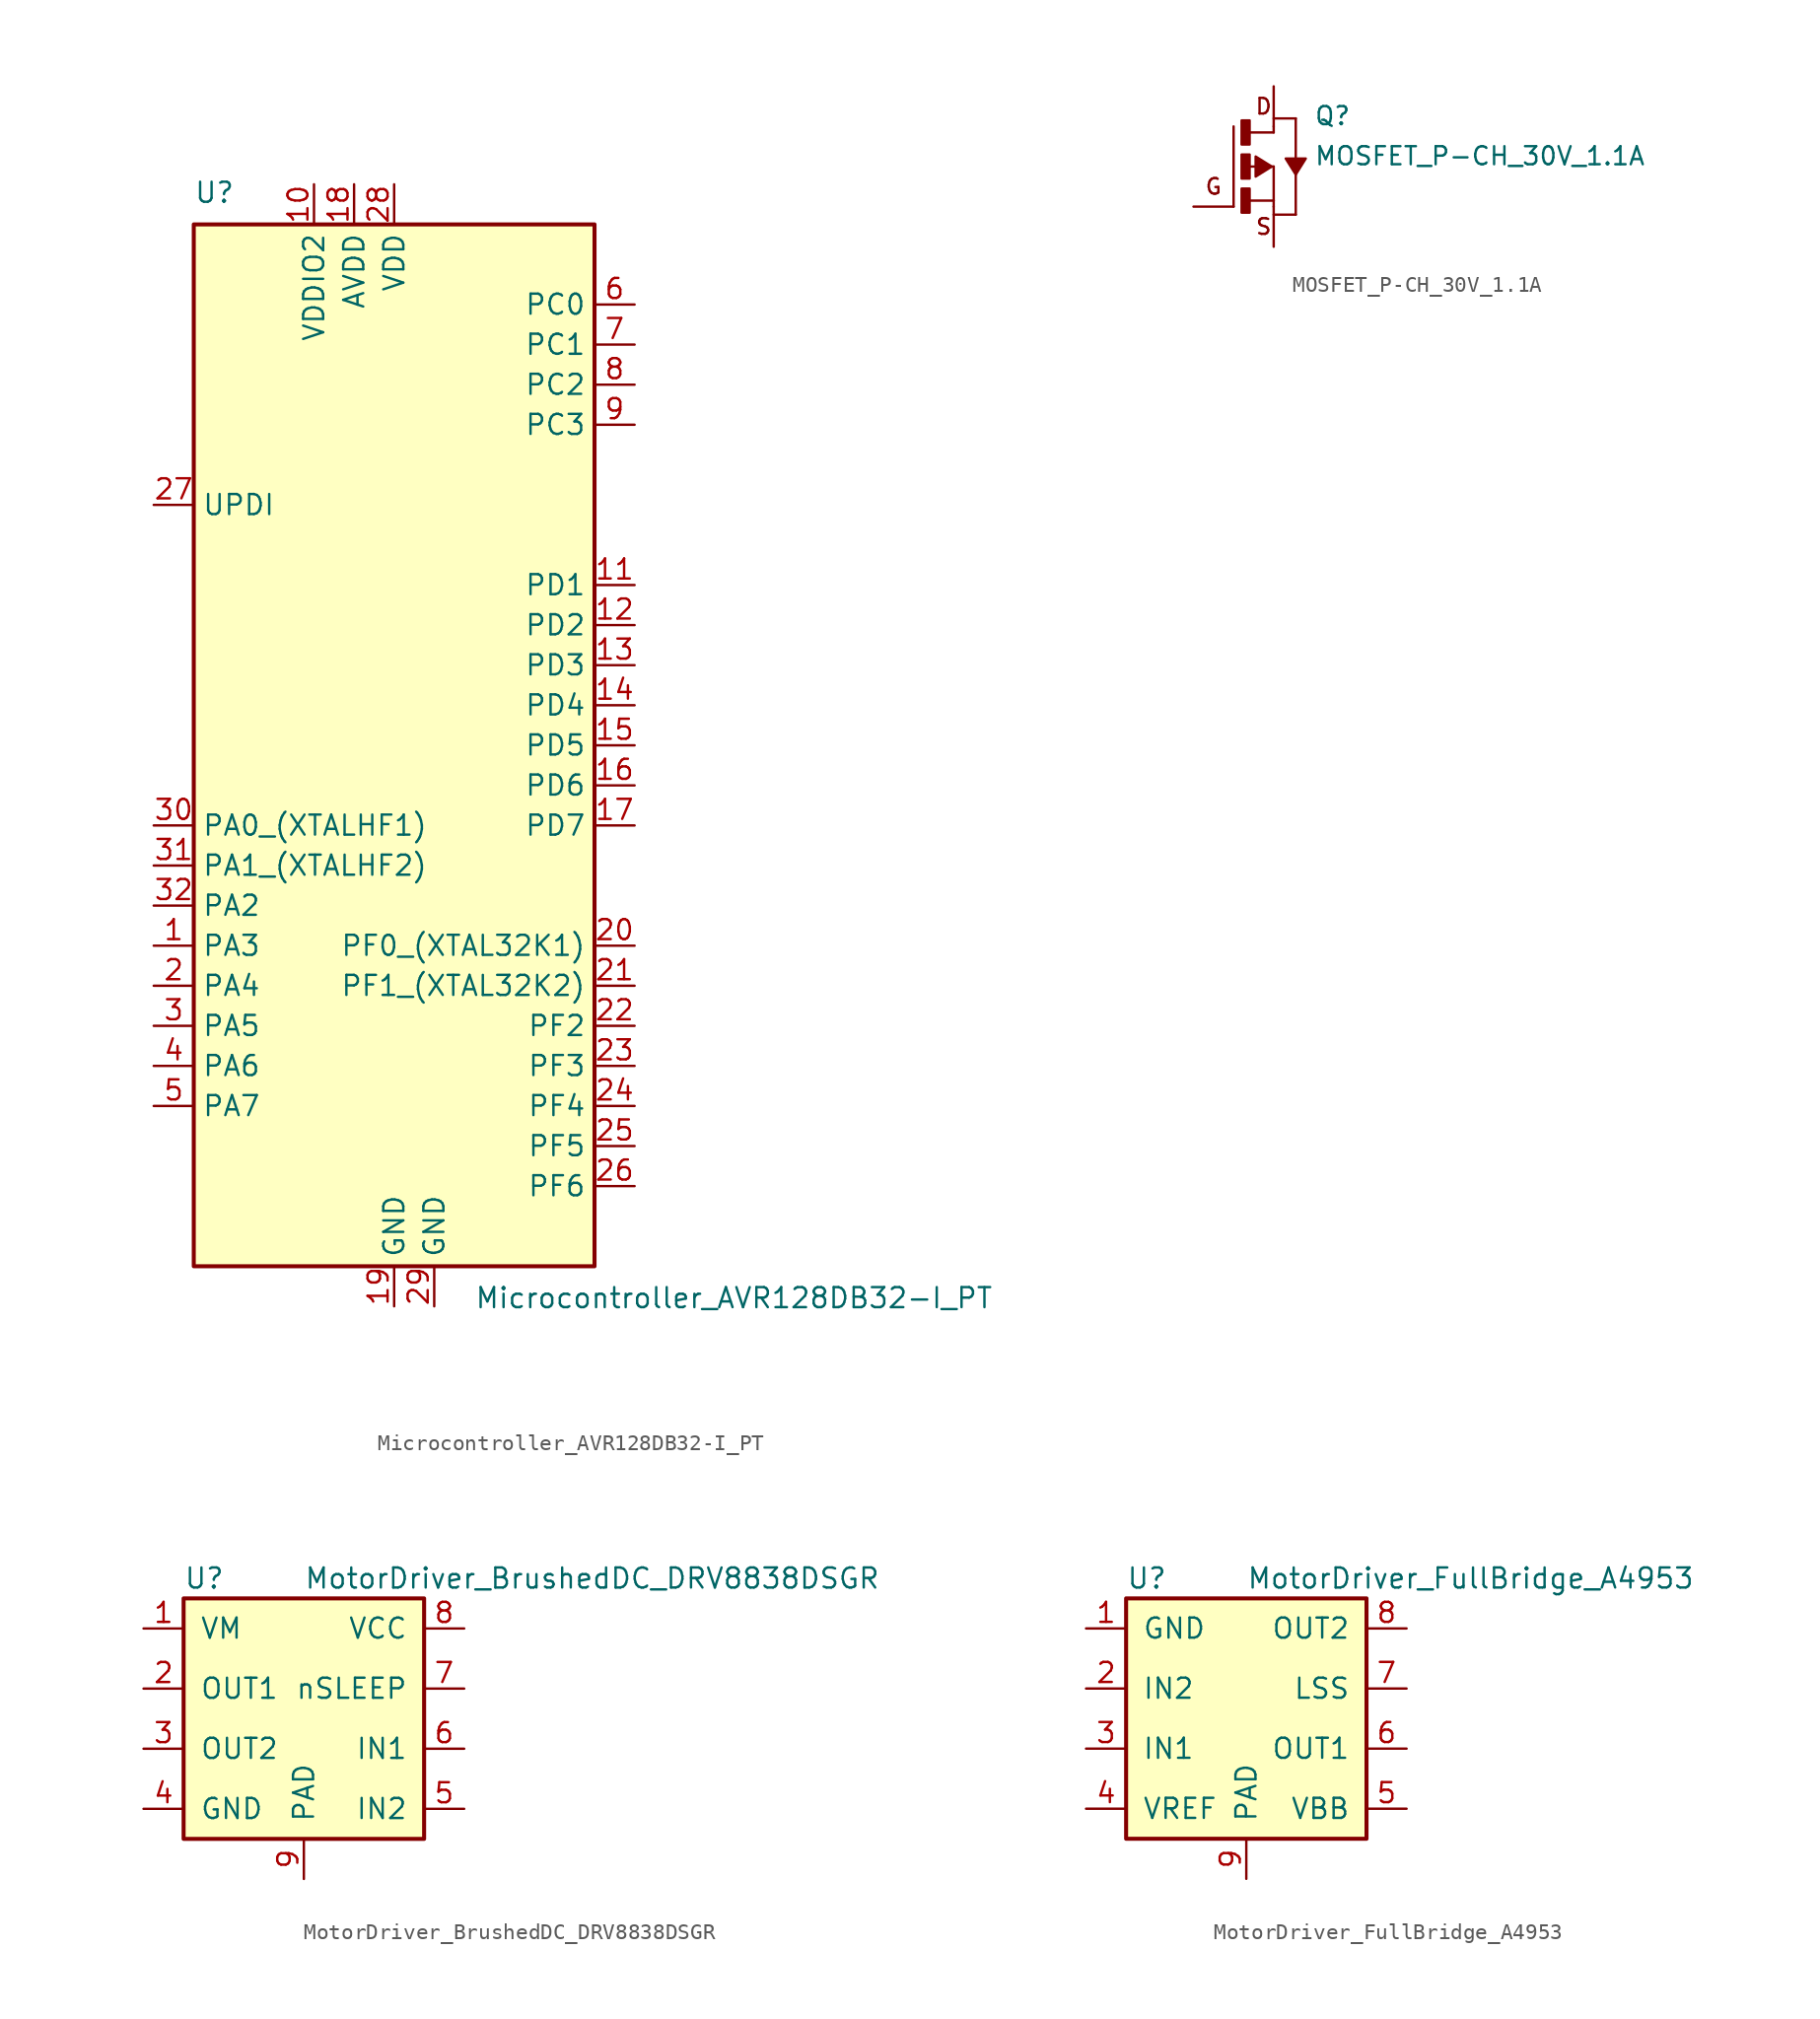
<source format=kicad_sym>
(kicad_symbol_lib
  (version 20211014)
  (generator kicad_symbol_editor)
  (symbol "Microcontroller_AVR128DB32-I_PT"
    (property "Reference" "U"
      (at -12.7 34.29 0)
      (effects (font (size 1.27 1.27)) (justify left bottom)))
    (property "Value" "Microcontroller_AVR128DB32-I_PT"
      (at 5.08 -34.29 0)
      (effects (font (size 1.27 1.27)) (justify left top)))
    (symbol "Microcontroller_AVR128DB32-I_PT_0_1"
      (rectangle (start -12.7 -33.02) (end 12.7 33.02) (stroke (width 0.254) (type default) (color 0 0 0 0)) (fill (type background))))
    (symbol "Microcontroller_AVR128DB32-I_PT_1_1"
      (pin bidirectional line (at -15.24 -12.7 0) (length 2.54) (name "PA3" (effects (font (size 1.27 1.27)))) (number "1" (effects (font (size 1.27 1.27)))))
      (pin power_in line (at -5.08 35.56 270) (length 2.54) (name "VDDIO2" (effects (font (size 1.27 1.27)))) (number "10" (effects (font (size 1.27 1.27)))))
      (pin bidirectional line (at 15.24 10.16 180) (length 2.54) (name "PD1" (effects (font (size 1.27 1.27)))) (number "11" (effects (font (size 1.27 1.27)))))
      (pin bidirectional line (at 15.24 7.62 180) (length 2.54) (name "PD2" (effects (font (size 1.27 1.27)))) (number "12" (effects (font (size 1.27 1.27)))))
      (pin bidirectional line (at 15.24 5.08 180) (length 2.54) (name "PD3" (effects (font (size 1.27 1.27)))) (number "13" (effects (font (size 1.27 1.27)))))
      (pin bidirectional line (at 15.24 2.54 180) (length 2.54) (name "PD4" (effects (font (size 1.27 1.27)))) (number "14" (effects (font (size 1.27 1.27)))))
      (pin bidirectional line (at 15.24 0 180) (length 2.54) (name "PD5" (effects (font (size 1.27 1.27)))) (number "15" (effects (font (size 1.27 1.27)))))
      (pin bidirectional line (at 15.24 -2.54 180) (length 2.54) (name "PD6" (effects (font (size 1.27 1.27)))) (number "16" (effects (font (size 1.27 1.27)))))
      (pin bidirectional line (at 15.24 -5.08 180) (length 2.54) (name "PD7" (effects (font (size 1.27 1.27)))) (number "17" (effects (font (size 1.27 1.27)))))
      (pin power_in line (at -2.54 35.56 270) (length 2.54) (name "AVDD" (effects (font (size 1.27 1.27)))) (number "18" (effects (font (size 1.27 1.27)))))
      (pin power_in line (at 0 -35.56 90) (length 2.54) (name "GND" (effects (font (size 1.27 1.27)))) (number "19" (effects (font (size 1.27 1.27)))))
      (pin bidirectional line (at -15.24 -15.24 0) (length 2.54) (name "PA4" (effects (font (size 1.27 1.27)))) (number "2" (effects (font (size 1.27 1.27)))))
      (pin bidirectional line (at 15.24 -12.7 180) (length 2.54) (name "PF0_(XTAL32K1)" (effects (font (size 1.27 1.27)))) (number "20" (effects (font (size 1.27 1.27)))))
      (pin bidirectional line (at 15.24 -15.24 180) (length 2.54) (name "PF1_(XTAL32K2)" (effects (font (size 1.27 1.27)))) (number "21" (effects (font (size 1.27 1.27)))))
      (pin bidirectional line (at 15.24 -17.78 180) (length 2.54) (name "PF2" (effects (font (size 1.27 1.27)))) (number "22" (effects (font (size 1.27 1.27)))))
      (pin bidirectional line (at 15.24 -20.32 180) (length 2.54) (name "PF3" (effects (font (size 1.27 1.27)))) (number "23" (effects (font (size 1.27 1.27)))))
      (pin bidirectional line (at 15.24 -22.86 180) (length 2.54) (name "PF4" (effects (font (size 1.27 1.27)))) (number "24" (effects (font (size 1.27 1.27)))))
      (pin bidirectional line (at 15.24 -25.4 180) (length 2.54) (name "PF5" (effects (font (size 1.27 1.27)))) (number "25" (effects (font (size 1.27 1.27)))))
      (pin bidirectional line (at 15.24 -27.94 180) (length 2.54) (name "PF6" (effects (font (size 1.27 1.27)))) (number "26" (effects (font (size 1.27 1.27)))))
      (pin bidirectional line (at -15.24 15.24 0) (length 2.54) (name "UPDI" (effects (font (size 1.27 1.27)))) (number "27" (effects (font (size 1.27 1.27)))))
      (pin power_in line (at 0 35.56 270) (length 2.54) (name "VDD" (effects (font (size 1.27 1.27)))) (number "28" (effects (font (size 1.27 1.27)))))
      (pin power_in line (at 2.54 -35.56 90) (length 2.54) (name "GND" (effects (font (size 1.27 1.27)))) (number "29" (effects (font (size 1.27 1.27)))))
      (pin bidirectional line (at -15.24 -17.78 0) (length 2.54) (name "PA5" (effects (font (size 1.27 1.27)))) (number "3" (effects (font (size 1.27 1.27)))))
      (pin bidirectional line (at -15.24 -5.08 0) (length 2.54) (name "PA0_(XTALHF1)" (effects (font (size 1.27 1.27)))) (number "30" (effects (font (size 1.27 1.27)))))
      (pin bidirectional line (at -15.24 -7.62 0) (length 2.54) (name "PA1_(XTALHF2)" (effects (font (size 1.27 1.27)))) (number "31" (effects (font (size 1.27 1.27)))))
      (pin bidirectional line (at -15.24 -10.16 0) (length 2.54) (name "PA2" (effects (font (size 1.27 1.27)))) (number "32" (effects (font (size 1.27 1.27)))))
      (pin bidirectional line (at -15.24 -20.32 0) (length 2.54) (name "PA6" (effects (font (size 1.27 1.27)))) (number "4" (effects (font (size 1.27 1.27)))))
      (pin bidirectional line (at -15.24 -22.86 0) (length 2.54) (name "PA7" (effects (font (size 1.27 1.27)))) (number "5" (effects (font (size 1.27 1.27)))))
      (pin bidirectional line (at 15.24 27.94 180) (length 2.54) (name "PC0" (effects (font (size 1.27 1.27)))) (number "6" (effects (font (size 1.27 1.27)))))
      (pin bidirectional line (at 15.24 25.4 180) (length 2.54) (name "PC1" (effects (font (size 1.27 1.27)))) (number "7" (effects (font (size 1.27 1.27)))))
      (pin bidirectional line (at 15.24 22.86 180) (length 2.54) (name "PC2" (effects (font (size 1.27 1.27)))) (number "8" (effects (font (size 1.27 1.27)))))
      (pin bidirectional line (at 15.24 20.32 180) (length 2.54) (name "PC3" (effects (font (size 1.27 1.27)))) (number "9" (effects (font (size 1.27 1.27)))))))
  (symbol "MOSFET_P-CH_30V_1.1A"
    (pin_numbers hide)
    (pin_names
      (offset 1.016) hide)
    (property "Reference" "Q"
      (at 2.54 2.54 0)
      (effects (font (size 1.143 1.143)) (justify left bottom)))
    (property "Value" "MOSFET_P-CH_30V_1.1A"
      (at 2.54 0 0)
      (effects (font (size 1.143 1.143)) (justify left bottom)))
    (symbol "MOSFET_P-CH_30V_1.1A_0_0"
      (text "D" (at -0.635 3.81 0) (effects (font (size 0.991 0.991))))
      (text "G" (at -3.81 -1.27 0) (effects (font (size 0.991 0.991))))
      (text "S" (at -0.635 -3.81 0) (effects (font (size 0.991 0.991)))))
    (symbol "MOSFET_P-CH_30V_1.1A_1_0"
      (polyline (pts (xy -2.54 -2.54) (xy -2.54 2.54)) (stroke (width 0) (type default) (color 0 0 0 0)) (fill (type none)))
      (polyline (pts (xy -1.651 0) (xy 0 0)) (stroke (width 0) (type default) (color 0 0 0 0)) (fill (type none)))
      (polyline (pts (xy -1.524 -2.159) (xy 0 -2.159)) (stroke (width 0) (type default) (color 0 0 0 0)) (fill (type none)))
      (polyline (pts (xy -1.524 2.159) (xy 0 2.159)) (stroke (width 0) (type default) (color 0 0 0 0)) (fill (type none)))
      (polyline (pts (xy 0 -2.159) (xy 0 -2.54)) (stroke (width 0) (type default) (color 0 0 0 0)) (fill (type none)))
      (polyline (pts (xy 0 0) (xy 0 -2.159)) (stroke (width 0) (type default) (color 0 0 0 0)) (fill (type none)))
      (polyline (pts (xy 0 2.159) (xy 0 2.54)) (stroke (width 0) (type default) (color 0 0 0 0)) (fill (type none)))
      (polyline (pts (xy 0 3.048) (xy 1.397 3.048)) (stroke (width 0) (type default) (color 0 0 0 0)) (fill (type none)))
      (polyline (pts (xy 1.397 -3.048) (xy 0 -3.048)) (stroke (width 0) (type default) (color 0 0 0 0)) (fill (type none)))
      (polyline (pts (xy 1.397 -0.508) (xy 1.397 -3.048)) (stroke (width 0) (type default) (color 0 0 0 0)) (fill (type none)))
      (polyline (pts (xy 1.397 3.048) (xy 1.397 0.381)) (stroke (width 0) (type default) (color 0 0 0 0)) (fill (type none))))
    (symbol "MOSFET_P-CH_30V_1.1A_1_1"
      (rectangle (start -2.032 -2.921) (end -1.524 -1.397) (stroke (width 0) (type default) (color 0 0 0 0)) (fill (type outline)))
      (rectangle (start -2.032 -0.762) (end -1.524 0.762) (stroke (width 0) (type default) (color 0 0 0 0)) (fill (type outline)))
      (rectangle (start -2.032 1.397) (end -1.524 2.921) (stroke (width 0) (type default) (color 0 0 0 0)) (fill (type outline)))
      (polyline (pts (xy -0.127 0) (xy -1.143 -0.635) (xy -1.143 -0.635) (xy -1.143 0.635) (xy -1.143 0.635) (xy -0.127 0)) (stroke (width 0) (type default) (color 0 0 0 0)) (fill (type outline)))
      (polyline (pts (xy 1.397 -0.508) (xy 0.762 0.508) (xy 0.762 0.508) (xy 2.032 0.508) (xy 2.032 0.508) (xy 1.397 -0.508)) (stroke (width 0) (type default) (color 0 0 0 0)) (fill (type outline)))
      (pin passive line (at -5.08 -2.54 0) (length 2.54) (name "G" (effects (font (size 1.016 1.016)))) (number "1" (effects (font (size 1.016 1.016)))))
      (pin passive line (at 0 -5.08 90) (length 2.54) (name "S" (effects (font (size 1.016 1.016)))) (number "2" (effects (font (size 1.016 1.016)))))
      (pin passive line (at 0 5.08 270) (length 2.54) (name "D" (effects (font (size 1.016 1.016)))) (number "3" (effects (font (size 1.016 1.016)))))))
  (symbol "MotorDriver_BrushedDC_DRV8838DSGR"
    (pin_names
      (offset 1.016))
    (property "Reference" "U"
      (at -7.62 8.89 0)
      (effects (font (size 1.27 1.27)) (justify left)))
    (property "Value" "MotorDriver_BrushedDC_DRV8838DSGR"
      (at 0 8.89 0)
      (effects (font (size 1.27 1.27)) (justify left)))
    (symbol "MotorDriver_BrushedDC_DRV8838DSGR_0_1"
      (rectangle (start -7.62 7.62) (end 7.62 -7.62) (stroke (width 0.254) (type default) (color 0 0 0 0)) (fill (type background))))
    (symbol "MotorDriver_BrushedDC_DRV8838DSGR_1_1"
      (pin power_in line (at -10.16 5.715 0) (length 2.54) (name "VM" (effects (font (size 1.27 1.27)))) (number "1" (effects (font (size 1.27 1.27)))))
      (pin input line (at -10.16 1.905 0) (length 2.54) (name "OUT1" (effects (font (size 1.27 1.27)))) (number "2" (effects (font (size 1.27 1.27)))))
      (pin input line (at -10.16 -1.905 0) (length 2.54) (name "OUT2" (effects (font (size 1.27 1.27)))) (number "3" (effects (font (size 1.27 1.27)))))
      (pin passive line (at -10.16 -5.715 0) (length 2.54) (name "GND" (effects (font (size 1.27 1.27)))) (number "4" (effects (font (size 1.27 1.27)))))
      (pin power_in line (at 10.16 -5.715 180) (length 2.54) (name "IN2" (effects (font (size 1.27 1.27)))) (number "5" (effects (font (size 1.27 1.27)))))
      (pin power_out line (at 10.16 -1.905 180) (length 2.54) (name "IN1" (effects (font (size 1.27 1.27)))) (number "6" (effects (font (size 1.27 1.27)))))
      (pin power_in line (at 10.16 1.905 180) (length 2.54) (name "nSLEEP" (effects (font (size 1.27 1.27)))) (number "7" (effects (font (size 1.27 1.27)))))
      (pin power_out line (at 10.16 5.715 180) (length 2.54) (name "VCC" (effects (font (size 1.27 1.27)))) (number "8" (effects (font (size 1.27 1.27)))))
      (pin power_in line (at 0 -10.16 90) (length 2.54) (name "PAD" (effects (font (size 1.27 1.27)))) (number "9" (effects (font (size 1.27 1.27)))))))
  (symbol "MotorDriver_FullBridge_A4953"
    (pin_names
      (offset 1.016))
    (property "Reference" "U"
      (at -7.62 8.89 0)
      (effects (font (size 1.27 1.27)) (justify left)))
    (property "Value" "MotorDriver_FullBridge_A4953"
      (at 0 8.89 0)
      (effects (font (size 1.27 1.27)) (justify left)))
    (symbol "MotorDriver_FullBridge_A4953_0_1"
      (rectangle (start -7.62 7.62) (end 7.62 -7.62) (stroke (width 0.254) (type default) (color 0 0 0 0)) (fill (type background))))
    (symbol "MotorDriver_FullBridge_A4953_1_1"
      (pin power_in line (at -10.16 5.715 0) (length 2.54) (name "GND" (effects (font (size 1.27 1.27)))) (number "1" (effects (font (size 1.27 1.27)))))
      (pin input line (at -10.16 1.905 0) (length 2.54) (name "IN2" (effects (font (size 1.27 1.27)))) (number "2" (effects (font (size 1.27 1.27)))))
      (pin input line (at -10.16 -1.905 0) (length 2.54) (name "IN1" (effects (font (size 1.27 1.27)))) (number "3" (effects (font (size 1.27 1.27)))))
      (pin power_in line (at -10.16 -5.715 0) (length 2.54) (name "VREF" (effects (font (size 1.27 1.27)))) (number "4" (effects (font (size 1.27 1.27)))))
      (pin power_in line (at 10.16 -5.715 180) (length 2.54) (name "VBB" (effects (font (size 1.27 1.27)))) (number "5" (effects (font (size 1.27 1.27)))))
      (pin power_out line (at 10.16 -1.905 180) (length 2.54) (name "OUT1" (effects (font (size 1.27 1.27)))) (number "6" (effects (font (size 1.27 1.27)))))
      (pin input line (at 10.16 1.905 180) (length 2.54) (name "LSS" (effects (font (size 1.27 1.27)))) (number "7" (effects (font (size 1.27 1.27)))))
      (pin power_out line (at 10.16 5.715 180) (length 2.54) (name "OUT2" (effects (font (size 1.27 1.27)))) (number "8" (effects (font (size 1.27 1.27)))))
      (pin power_in line (at 0 -10.16 90) (length 2.54) (name "PAD" (effects (font (size 1.27 1.27)))) (number "9" (effects (font (size 1.27 1.27))))))))
</source>
